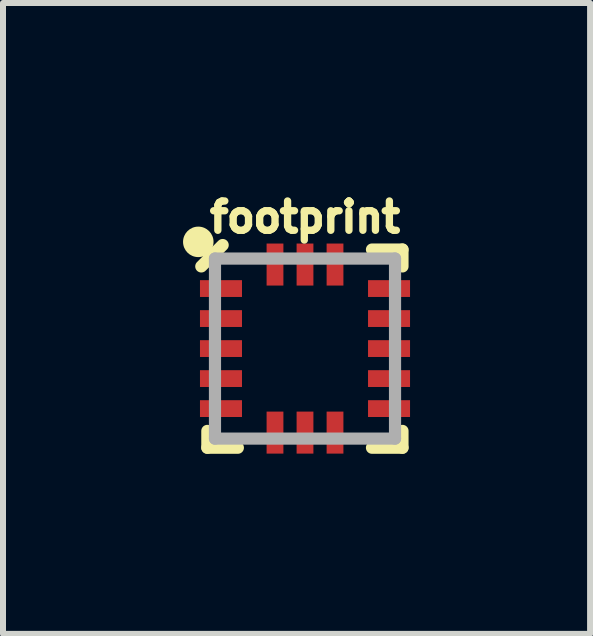
<source format=kicad_pcb>
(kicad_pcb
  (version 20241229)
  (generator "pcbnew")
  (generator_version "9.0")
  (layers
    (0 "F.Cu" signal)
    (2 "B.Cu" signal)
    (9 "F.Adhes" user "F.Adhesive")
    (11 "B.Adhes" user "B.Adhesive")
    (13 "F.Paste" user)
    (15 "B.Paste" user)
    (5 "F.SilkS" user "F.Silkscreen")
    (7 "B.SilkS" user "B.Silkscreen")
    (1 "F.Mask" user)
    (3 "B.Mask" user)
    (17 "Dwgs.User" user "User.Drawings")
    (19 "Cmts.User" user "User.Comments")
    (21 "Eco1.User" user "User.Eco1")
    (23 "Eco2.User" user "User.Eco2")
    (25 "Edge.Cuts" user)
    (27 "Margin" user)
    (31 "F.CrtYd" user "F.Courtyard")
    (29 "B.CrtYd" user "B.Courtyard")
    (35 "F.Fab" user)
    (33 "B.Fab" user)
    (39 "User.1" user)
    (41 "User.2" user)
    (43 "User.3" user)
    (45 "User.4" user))
  (footprint "footprint"
    (layer "F.Cu")
    (at 2.032 2.758)
    (property "Reference" "footprint" (at 0 -1.905 0) (layer "F.SilkS") (effects (font (size 0.488 0.488) (thickness 0.122)) (justify bottom)))
    (fp_line (start -1.728 -1.369) (end -1.372 -1.725) (stroke (width 0.203) (type solid)) (layer "F.SilkS"))
    (fp_line (start -1.627 1.372) (end -1.627 1.652) (stroke (width 0.203) (type solid)) (layer "F.SilkS"))
    (fp_line (start -1.627 1.652) (end -1.119 1.652) (stroke (width 0.203) (type solid)) (layer "F.SilkS"))
    (fp_line (start 1.116 -1.65) (end 1.624 -1.65) (stroke (width 0.203) (type solid)) (layer "F.SilkS"))
    (fp_line (start 1.116 1.652) (end 1.624 1.652) (stroke (width 0.203) (type solid)) (layer "F.SilkS"))
    (fp_line (start 1.624 -1.65) (end 1.624 -1.369) (stroke (width 0.203) (type solid)) (layer "F.SilkS"))
    (fp_line (start 1.624 1.372) (end 1.624 1.652) (stroke (width 0.203) (type solid)) (layer "F.SilkS"))
    (fp_circle (center -1.778 -1.778) (end -1.651 -1.778) (stroke (width 0.254) (type solid)) (fill yes) (layer "F.SilkS"))
    (fp_line (start -1.5 -1.5) (end 1.5 -1.5) (stroke (width 0.203) (type solid)) (layer "F.Fab"))
    (fp_line (start -1.5 1.5) (end -1.5 -1.5) (stroke (width 0.203) (type solid)) (layer "F.Fab"))
    (fp_line (start 1.5 -1.5) (end 1.5 1.5) (stroke (width 0.203) (type solid)) (layer "F.Fab"))
    (fp_line (start 1.5 1.5) (end -1.5 1.5) (stroke (width 0.203) (type solid)) (layer "F.Fab"))
    (pad "1" smd rect (at -1.4 -1 180) (size 0.7 0.28) (layers "F.Cu" "F.Mask" "F.Paste"))
    (pad "2" smd rect (at -1.4 -0.5) (size 0.7 0.28) (layers "F.Cu" "F.Mask" "F.Paste"))
    (pad "3" smd rect (at -1.4 0) (size 0.7 0.28) (layers "F.Cu" "F.Mask" "F.Paste"))
    (pad "4" smd rect (at -1.4 0.5) (size 0.7 0.28) (layers "F.Cu" "F.Mask" "F.Paste"))
    (pad "5" smd rect (at -1.4 1 180) (size 0.7 0.28) (layers "F.Cu" "F.Mask" "F.Paste"))
    (pad "6" smd rect (at -0.5 1.4 90) (size 0.7 0.28) (layers "F.Cu" "F.Mask" "F.Paste"))
    (pad "7" smd rect (at 0 1.4 90) (size 0.7 0.28) (layers "F.Cu" "F.Mask" "F.Paste"))
    (pad "8" smd rect (at 0.5 1.4 90) (size 0.7 0.28) (layers "F.Cu" "F.Mask" "F.Paste"))
    (pad "9" smd rect (at 1.4 1 180) (size 0.7 0.28) (layers "F.Cu" "F.Mask" "F.Paste"))
    (pad "10" smd rect (at 1.4 0.5 180) (size 0.7 0.28) (layers "F.Cu" "F.Mask" "F.Paste"))
    (pad "11" smd rect (at 1.4 0 180) (size 0.7 0.28) (layers "F.Cu" "F.Mask" "F.Paste"))
    (pad "12" smd rect (at 1.4 -0.5 180) (size 0.7 0.28) (layers "F.Cu" "F.Mask" "F.Paste"))
    (pad "13" smd rect (at 1.4 -1 180) (size 0.7 0.28) (layers "F.Cu" "F.Mask" "F.Paste"))
    (pad "14" smd rect (at 0.5 -1.4 270) (size 0.7 0.28) (layers "F.Cu" "F.Mask" "F.Paste"))
    (pad "15" smd rect (at 0 -1.4 270) (size 0.7 0.28) (layers "F.Cu" "F.Mask" "F.Paste"))
    (pad "16" smd rect (at -0.5 -1.4 270) (size 0.7 0.28) (layers "F.Cu" "F.Mask" "F.Paste")))
  (gr_rect
    (start -3 -3)
    (end 6.782 7.512)
    (stroke (width 0.1) (type default))
    (fill no)
    (layer "Edge.Cuts")))
</source>
